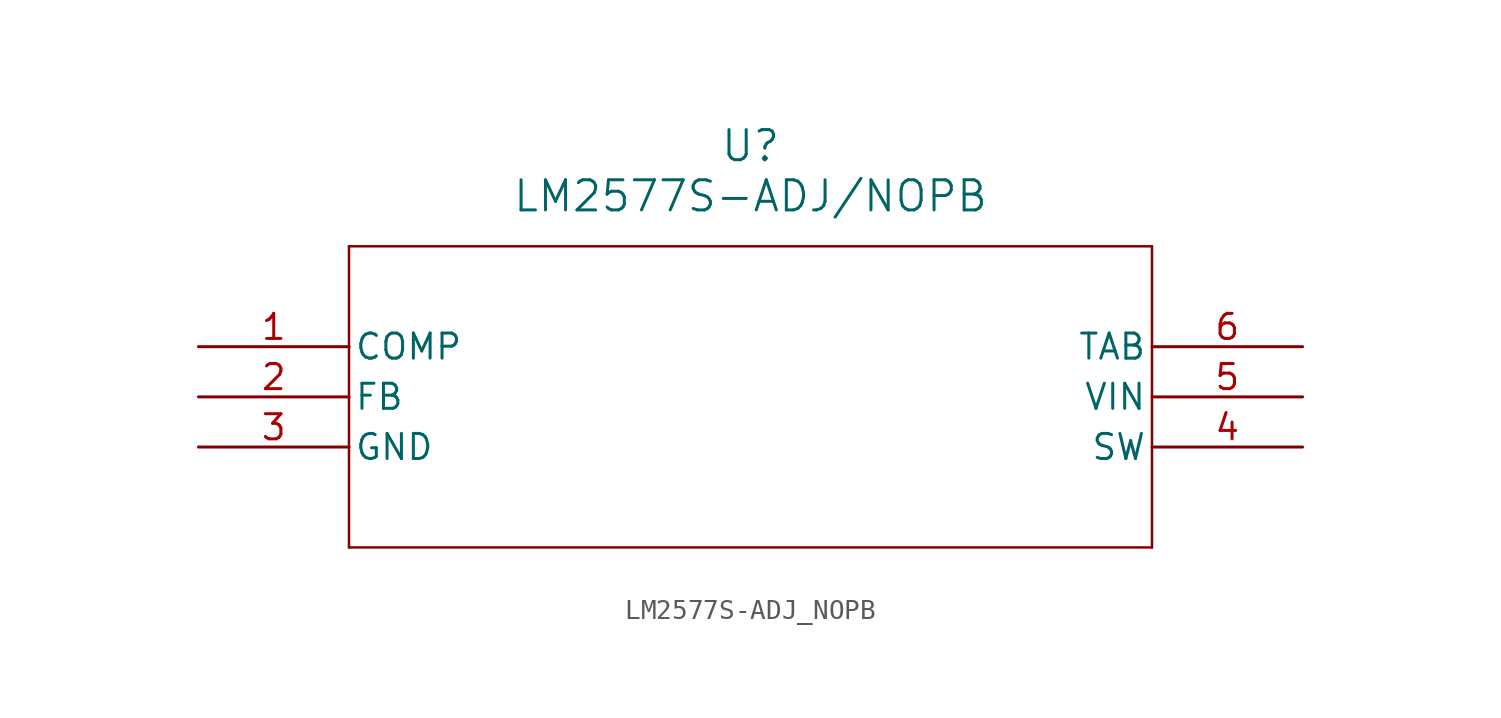
<source format=kicad_sym>
(kicad_symbol_lib
  (version 20211014)
  (generator kicad_symbol_editor)
  (symbol "LM2577S-ADJ_NOPB"
    (pin_names
      (offset 0.254))
    (property "Reference" "U"
      (at 27.94 10.16 0)
      (effects (font (size 1.524 1.524))))
    (property "Value" "LM2577S-ADJ/NOPB"
      (at 27.94 7.62 0)
      (effects (font (size 1.524 1.524))))
    (symbol "LM2577S-ADJ_NOPB_0_1"
      (polyline (pts (xy 7.62 5.08) (xy 7.62 -10.16)) (stroke (width 0.127) (type default) (color 0 0 0 0)) (fill (type none)))
      (polyline (pts (xy 7.62 -10.16) (xy 48.26 -10.16)) (stroke (width 0.127) (type default) (color 0 0 0 0)) (fill (type none)))
      (polyline (pts (xy 48.26 -10.16) (xy 48.26 5.08)) (stroke (width 0.127) (type default) (color 0 0 0 0)) (fill (type none)))
      (polyline (pts (xy 48.26 5.08) (xy 7.62 5.08)) (stroke (width 0.127) (type default) (color 0 0 0 0)) (fill (type none)))
      (pin passive line (at 0 0 0) (length 7.62) (name "COMP" (effects (font (size 1.27 1.27)))) (number "1" (effects (font (size 1.27 1.27)))))
      (pin input line (at 0 -2.54 0) (length 7.62) (name "FB" (effects (font (size 1.27 1.27)))) (number "2" (effects (font (size 1.27 1.27)))))
      (pin power_in line (at 0 -5.08 0) (length 7.62) (name "GND" (effects (font (size 1.27 1.27)))) (number "3" (effects (font (size 1.27 1.27)))))
      (pin power_in line (at 55.88 -5.08 180) (length 7.62) (name "SW" (effects (font (size 1.27 1.27)))) (number "4" (effects (font (size 1.27 1.27)))))
      (pin power_in line (at 55.88 -2.54 180) (length 7.62) (name "VIN" (effects (font (size 1.27 1.27)))) (number "5" (effects (font (size 1.27 1.27)))))
      (pin power_in line (at 55.88 0 180) (length 7.62) (name "TAB" (effects (font (size 1.27 1.27)))) (number "6" (effects (font (size 1.27 1.27))))))))
</source>
